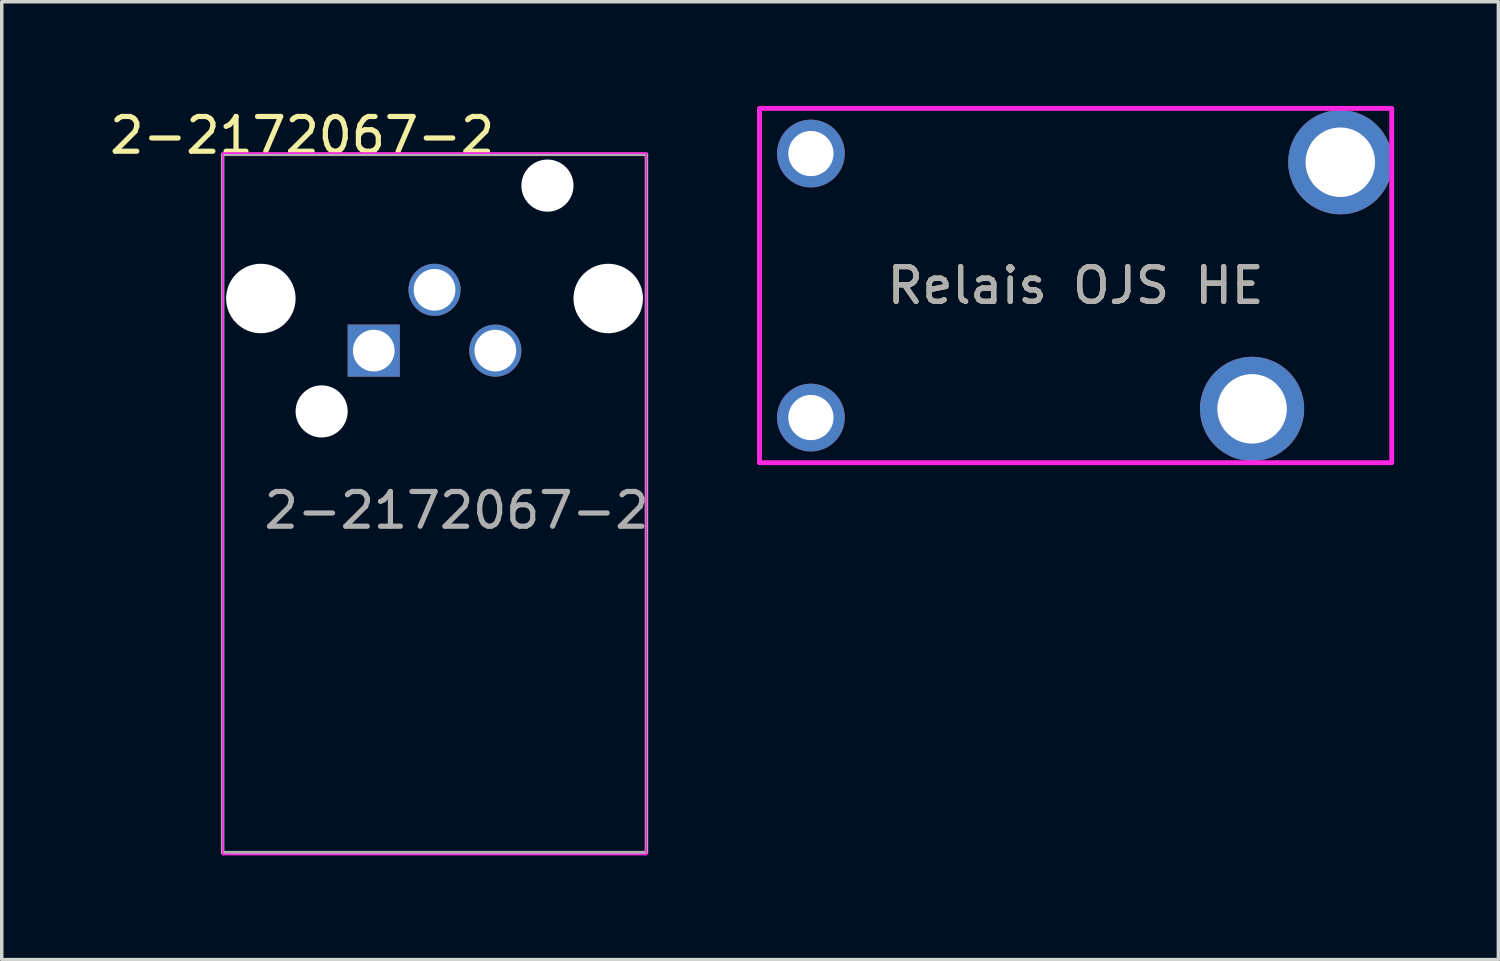
<source format=kicad_pcb>
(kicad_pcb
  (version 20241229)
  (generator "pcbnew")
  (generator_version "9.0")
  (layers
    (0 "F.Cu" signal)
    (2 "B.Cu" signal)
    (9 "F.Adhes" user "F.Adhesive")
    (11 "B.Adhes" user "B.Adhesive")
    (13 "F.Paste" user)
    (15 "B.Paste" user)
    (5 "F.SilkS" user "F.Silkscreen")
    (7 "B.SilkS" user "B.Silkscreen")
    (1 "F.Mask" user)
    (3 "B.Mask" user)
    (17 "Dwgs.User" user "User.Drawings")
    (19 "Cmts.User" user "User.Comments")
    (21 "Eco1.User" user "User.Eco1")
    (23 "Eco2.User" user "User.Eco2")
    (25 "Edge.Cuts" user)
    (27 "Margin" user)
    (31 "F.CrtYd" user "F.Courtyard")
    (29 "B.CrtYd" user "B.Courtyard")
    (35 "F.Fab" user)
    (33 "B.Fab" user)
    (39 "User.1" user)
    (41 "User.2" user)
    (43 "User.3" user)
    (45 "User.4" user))
  (footprint "2-2172067-2"
    (layer "F.Cu")
    (at 9.459 5.293)
    (property "Reference" "2-2172067-2" (at -3.81 -4.445 0) (layer "F.SilkS") (effects (font (size 1 1) (thickness 0.15))))
    (attr through_hole)
    (fp_line (start -6.096 -3.937) (end 6.096 -3.937) (stroke (width 0.05) (type default)) (layer "F.CrtYd"))
    (fp_line (start -6.096 16.256) (end -6.096 -3.937) (stroke (width 0.05) (type default)) (layer "F.CrtYd"))
    (fp_line (start 6.096 -3.937) (end 6.096 16.129) (stroke (width 0.05) (type default)) (layer "F.CrtYd"))
    (fp_line (start 6.096 16.129) (end 6.096 16.256) (stroke (width 0.05) (type default)) (layer "F.CrtYd"))
    (fp_line (start 6.096 16.256) (end -6.096 16.256) (stroke (width 0.05) (type default)) (layer "F.CrtYd"))
    (fp_line (start -6.1 -3.9) (end 6.1 -3.9) (stroke (width 0.1) (type solid)) (layer "F.Fab"))
    (fp_line (start -6.1 16.2) (end -6.1 -3.9) (stroke (width 0.1) (type solid)) (layer "F.Fab"))
    (fp_line (start 6.1 -3.9) (end 6.1 16.2) (stroke (width 0.1) (type solid)) (layer "F.Fab"))
    (fp_line (start 6.1 16.2) (end -6.1 16.2) (stroke (width 0.1) (type solid)) (layer "F.Fab"))
    (fp_text user "${REFERENCE}" (at 0.635 6.35 0) (layer "F.Fab") (effects (font (size 1 1) (thickness 0.15))))
    (pad "" np_thru_hole circle (at -5 0.25) (size 2 2) (drill 2) (layers "*.Cu" "*.Mask"))
    (pad "" np_thru_hole circle (at -3.25 3.5) (size 1.5 1.5) (drill 1.5) (layers "*.Cu" "*.Mask"))
    (pad "" np_thru_hole circle (at 3.25 -3) (size 1.5 1.5) (drill 1.5) (layers "*.Cu" "*.Mask"))
    (pad "" np_thru_hole circle (at 5 0.25) (size 2 2) (drill 2) (layers "*.Cu" "*.Mask"))
    (pad "1" thru_hole rect (at -1.75 1.75) (size 1.5 1.5) (drill 1.2) (layers "*.Cu" "*.Mask"))
    (pad "2" thru_hole circle (at 0 0) (size 1.5 1.5) (drill 1.2) (layers "*.Cu" "*.Mask"))
    (pad "3" thru_hole circle (at 1.75 1.75) (size 1.5 1.5) (drill 1.2) (layers "*.Cu" "*.Mask")))
  (footprint "Relais OJS HE"
    (layer "F.Cu")
    (at 27.913 5.17)
    (property "Reference" "Relais OJS HE" (at 0 0 0) (unlocked yes) (layer "F.SilkS") (effects (font (size 1 1) (thickness 0.15))))
    (attr through_hole)
    (fp_rect (start -9.1 -5.1) (end 9.1 5.1) (stroke (width 0.14) (type default)) (fill no) (layer "F.CrtYd"))
    (fp_rect (start -9.1 5.1) (end 9.1 -5.1) (stroke (width 0.1) (type default)) (fill no) (layer "F.Fab"))
    (fp_text user "${REFERENCE}" (at 0 0 0) (unlocked yes) (layer "F.Fab") (effects (font (size 1 1) (thickness 0.15))))
    (pad "13" thru_hole circle (at 7.62 -3.55) (size 3 3) (drill 2) (layers "*.Cu" "*.Mask"))
    (pad "14" thru_hole circle (at 5.08 3.55) (size 3 3) (drill 2) (layers "*.Cu" "*.Mask"))
    (pad "A1" thru_hole circle (at -7.62 -3.8) (size 1.95 1.95) (drill 1.3) (layers "*.Cu" "*.Mask"))
    (pad "A2" thru_hole circle (at -7.62 3.8) (size 1.95 1.95) (drill 1.3) (layers "*.Cu" "*.Mask")))
  (gr_rect
    (start -3 -3)
    (end 40.083 24.574)
    (stroke (width 0.1) (type default))
    (fill no)
    (layer "Edge.Cuts")))
</source>
